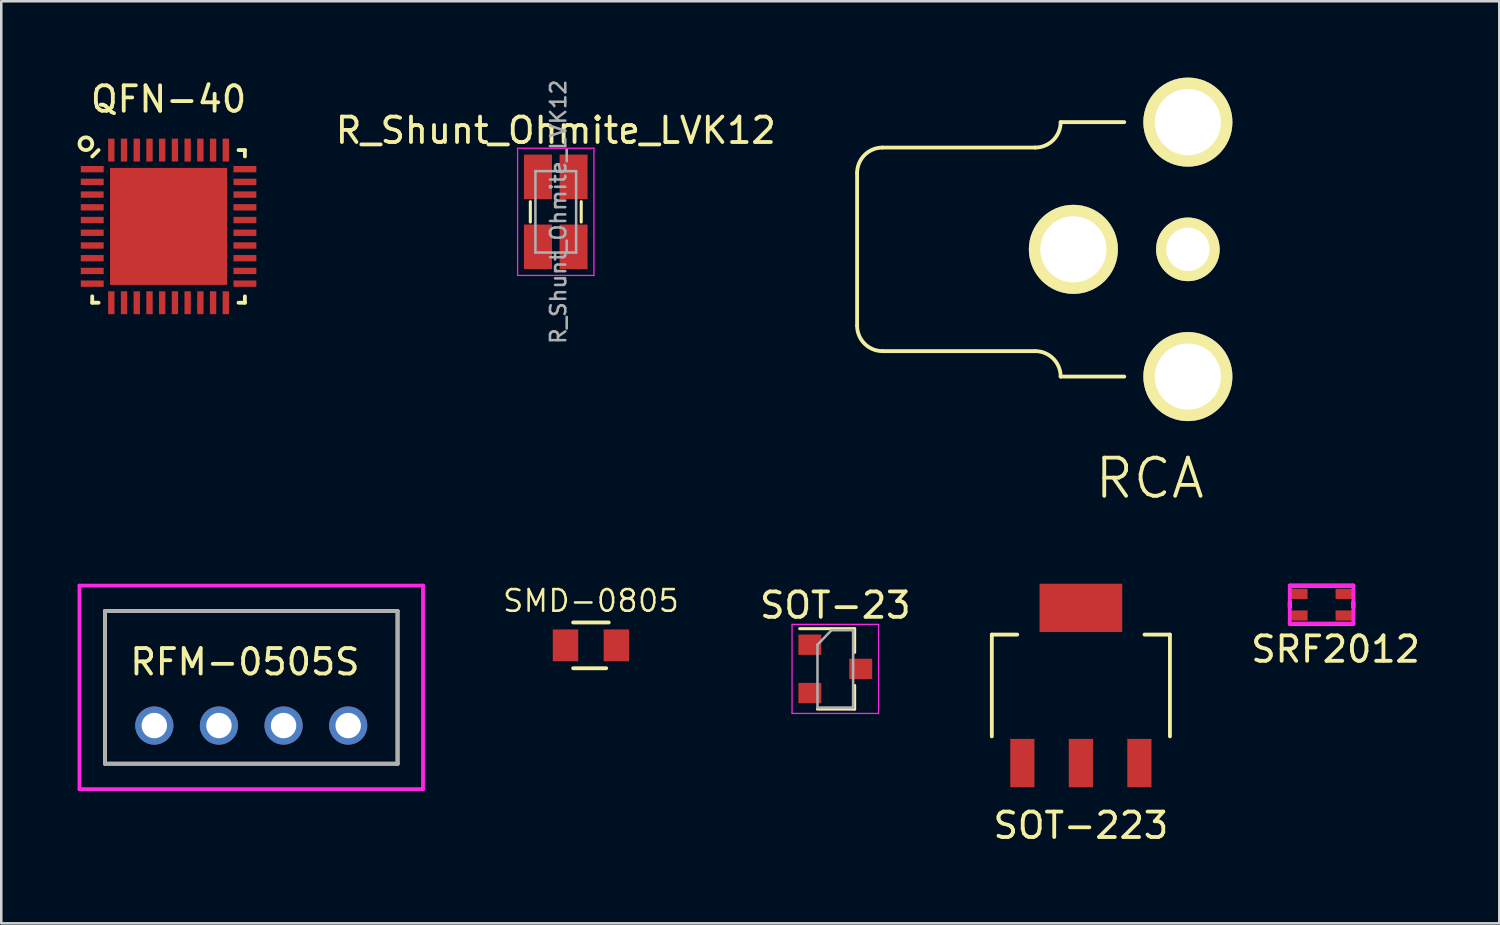
<source format=kicad_pcb>
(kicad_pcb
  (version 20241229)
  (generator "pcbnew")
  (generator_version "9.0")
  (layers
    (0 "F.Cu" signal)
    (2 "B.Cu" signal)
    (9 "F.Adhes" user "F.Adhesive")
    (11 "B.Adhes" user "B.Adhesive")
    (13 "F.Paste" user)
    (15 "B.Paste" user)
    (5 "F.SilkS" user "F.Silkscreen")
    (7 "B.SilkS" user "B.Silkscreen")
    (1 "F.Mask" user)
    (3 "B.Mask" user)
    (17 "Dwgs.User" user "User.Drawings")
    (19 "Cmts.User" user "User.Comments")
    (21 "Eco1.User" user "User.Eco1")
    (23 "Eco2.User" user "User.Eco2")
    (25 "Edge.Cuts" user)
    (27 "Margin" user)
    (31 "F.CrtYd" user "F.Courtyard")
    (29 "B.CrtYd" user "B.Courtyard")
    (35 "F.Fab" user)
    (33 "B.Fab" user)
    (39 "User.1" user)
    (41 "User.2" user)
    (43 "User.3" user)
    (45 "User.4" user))
  (footprint "RCA"
    (layer "F.Cu")
    (at 39.136 6.75)
    (property "Reference" "RCA" (at 3 9 0) (layer "F.SilkS") (effects (font (size 1.5 1.5) (thickness 0.15))))
    (attr through_hole)
    (fp_line (start -8.5 3) (end -8.5 -3) (stroke (width 0.15) (type solid)) (layer "F.SilkS"))
    (fp_line (start -1.5 -4) (end -7.5 -4) (stroke (width 0.15) (type solid)) (layer "F.SilkS"))
    (fp_line (start -1.5 4) (end -7.5 4) (stroke (width 0.15) (type solid)) (layer "F.SilkS"))
    (fp_line (start 2 -5) (end -0.5 -5) (stroke (width 0.15) (type solid)) (layer "F.SilkS"))
    (fp_line (start 2 5) (end -0.5 5) (stroke (width 0.15) (type solid)) (layer "F.SilkS"))
    (fp_arc (start -8.5 -3) (mid -8.207107 -3.707107) (end -7.5 -4) (stroke (width 0.15) (type solid)) (layer "F.SilkS"))
    (fp_arc (start -7.5 4) (mid -8.207107 3.707107) (end -8.5 3) (stroke (width 0.15) (type solid)) (layer "F.SilkS"))
    (fp_arc (start -1.5 4) (mid -0.792893 4.292893) (end -0.5 5) (stroke (width 0.15) (type solid)) (layer "F.SilkS"))
    (fp_arc (start -0.5 -5) (mid -0.792893 -4.292893) (end -1.5 -4) (stroke (width 0.15) (type solid)) (layer "F.SilkS"))
    (pad "1" thru_hole circle (at 4.5 0) (size 2.5 2.5) (drill 1.7) (layers "*.Cu" "*.Mask" "F.SilkS"))
    (pad "2" thru_hole circle (at 0 0) (size 3.5 3.5) (drill 2.6) (layers "*.Cu" "*.Mask" "F.SilkS"))
    (pad "2" thru_hole circle (at 4.5 -5) (size 3.5 3.5) (drill 2.6) (layers "*.Cu" "*.Mask" "F.SilkS"))
    (pad "2" thru_hole circle (at 4.5 5) (size 3.5 3.5) (drill 2.6) (layers "*.Cu" "*.Mask" "F.SilkS")))
  (footprint "R_Shunt_Ohmite_LVK12"
    (layer "F.Cu")
    (at 18.793 5.276)
    (property "Reference" "R_Shunt_Ohmite_LVK12" (at 0 -3.2 180) (layer "F.SilkS") (effects (font (size 1 1) (thickness 0.15))))
    (attr smd)
    (fp_line (start -1 0.4) (end -1 -0.4) (stroke (width 0.12) (type solid)) (layer "F.SilkS"))
    (fp_line (start 1 -0.4) (end 1 0.4) (stroke (width 0.12) (type solid)) (layer "F.SilkS"))
    (fp_line (start -1.5 -2.5) (end 1.5 -2.5) (stroke (width 0.05) (type solid)) (layer "F.CrtYd"))
    (fp_line (start -1.5 2.5) (end -1.5 -2.5) (stroke (width 0.05) (type solid)) (layer "F.CrtYd"))
    (fp_line (start 1.5 -2.5) (end 1.5 2.5) (stroke (width 0.05) (type solid)) (layer "F.CrtYd"))
    (fp_line (start 1.5 2.5) (end -1.5 2.5) (stroke (width 0.05) (type solid)) (layer "F.CrtYd"))
    (fp_line (start -0.8 -1.6) (end -0.8 1.6) (stroke (width 0.1) (type solid)) (layer "F.Fab"))
    (fp_line (start -0.8 1.6) (end 0.8 1.6) (stroke (width 0.1) (type solid)) (layer "F.Fab"))
    (fp_line (start 0.8 -1.6) (end -0.8 -1.6) (stroke (width 0.1) (type solid)) (layer "F.Fab"))
    (fp_line (start 0.8 1.6) (end 0.8 -1.6) (stroke (width 0.1) (type solid)) (layer "F.Fab"))
    (fp_text user "${REFERENCE}" (at 0.1 0 90) (layer "F.Fab") (effects (font (size 0.6 0.6) (thickness 0.1))))
    (pad "1" smd rect (at -0.7 -1.375) (size 1.1 1.75) (layers "F.Cu" "F.Mask" "F.Paste"))
    (pad "2" smd rect (at 0.7 -1.375) (size 1.1 1.75) (layers "F.Cu" "F.Mask" "F.Paste"))
    (pad "3" smd rect (at 0.7 1.375) (size 1.1 1.75) (layers "F.Cu" "F.Mask" "F.Paste"))
    (pad "4" smd rect (at -0.7 1.375) (size 1.1 1.75) (layers "F.Cu" "F.Mask" "F.Paste")))
  (footprint "RFM-0505S"
    (layer "F.Cu")
    (at 6.825 23.966)
    (property "Reference" "RFM-0505S" (at -0.25 -1 0) (layer "F.SilkS") (effects (font (size 1 1) (thickness 0.15))))
    (attr through_hole)
    (fp_line (start -5.75 -3) (end 5.75 -3) (stroke (width 0.15) (type solid)) (layer "F.SilkS"))
    (fp_line (start -5.75 3) (end -5.75 -3) (stroke (width 0.15) (type solid)) (layer "F.SilkS"))
    (fp_line (start 5.75 -3) (end 5.75 3) (stroke (width 0.15) (type solid)) (layer "F.SilkS"))
    (fp_line (start 5.75 3) (end -5.75 3) (stroke (width 0.15) (type solid)) (layer "F.SilkS"))
    (fp_line (start -6.75 -4) (end 6.75 -4) (stroke (width 0.15) (type solid)) (layer "F.CrtYd"))
    (fp_line (start -6.75 4) (end -6.75 -4) (stroke (width 0.15) (type solid)) (layer "F.CrtYd"))
    (fp_line (start 6.75 -4) (end 6.75 4) (stroke (width 0.15) (type solid)) (layer "F.CrtYd"))
    (fp_line (start 6.75 4) (end -6.75 4) (stroke (width 0.15) (type solid)) (layer "F.CrtYd"))
    (fp_line (start -5.75 -3) (end -5.75 3) (stroke (width 0.15) (type solid)) (layer "F.Fab"))
    (fp_line (start -5.75 3) (end 5.75 3) (stroke (width 0.15) (type solid)) (layer "F.Fab"))
    (fp_line (start 5.75 -3) (end -5.75 -3) (stroke (width 0.15) (type solid)) (layer "F.Fab"))
    (fp_line (start 5.75 3) (end 5.75 -3) (stroke (width 0.15) (type solid)) (layer "F.Fab"))
    (pad "1" thru_hole circle (at -3.81 1.5 90) (size 1.5 1.5) (drill 1) (layers "*.Cu" "*.Mask"))
    (pad "2" thru_hole circle (at -1.27 1.5 90) (size 1.5 1.5) (drill 1) (layers "*.Cu" "*.Mask"))
    (pad "3" thru_hole circle (at 1.27 1.5 90) (size 1.5 1.5) (drill 1) (layers "*.Cu" "*.Mask"))
    (pad "4" thru_hole circle (at 3.81 1.5 90) (size 1.5 1.5) (drill 1) (layers "*.Cu" "*.Mask")))
  (footprint "SOT-223"
    (layer "F.Cu")
    (at 39.431 23.891)
    (property "Reference" "SOT-223" (at 0 5.5 0) (layer "F.SilkS") (effects (font (size 1 1) (thickness 0.15))))
    (attr through_hole)
    (fp_line (start -3.5 -2) (end -3.5 2) (stroke (width 0.15) (type solid)) (layer "F.SilkS"))
    (fp_line (start -3.5 -2) (end -2.5 -2) (stroke (width 0.15) (type solid)) (layer "F.SilkS"))
    (fp_line (start 3.5 -2) (end 2.5 -2) (stroke (width 0.15) (type solid)) (layer "F.SilkS"))
    (fp_line (start 3.5 -2) (end 3.5 2) (stroke (width 0.15) (type solid)) (layer "F.SilkS"))
    (pad "1" smd rect (at -2.3 3.05) (size 0.95 1.9) (layers "F.Cu" "F.Mask" "F.Paste"))
    (pad "2" smd rect (at 0 3.05) (size 0.95 1.9) (layers "F.Cu" "F.Mask" "F.Paste"))
    (pad "3" smd rect (at 2.3 3.05) (size 0.95 1.9) (layers "F.Cu" "F.Mask" "F.Paste"))
    (pad "4" smd rect (at 0 -3.05) (size 3.25 1.9) (layers "F.Cu" "F.Mask" "F.Paste")))
  (footprint "SOT-23"
    (layer "F.Cu")
    (at 29.779 23.239)
    (property "Reference" "SOT-23" (at 0 -2.5 0) (layer "F.SilkS") (effects (font (size 1 1) (thickness 0.15))))
    (attr smd)
    (fp_line (start 0.76 -1.58) (end -1.4 -1.58) (stroke (width 0.12) (type solid)) (layer "F.SilkS"))
    (fp_line (start 0.76 -1.58) (end 0.76 -0.65) (stroke (width 0.12) (type solid)) (layer "F.SilkS"))
    (fp_line (start 0.76 1.58) (end -0.7 1.58) (stroke (width 0.12) (type solid)) (layer "F.SilkS"))
    (fp_line (start 0.76 1.58) (end 0.76 0.65) (stroke (width 0.12) (type solid)) (layer "F.SilkS"))
    (fp_line (start -1.7 -1.75) (end 1.7 -1.75) (stroke (width 0.05) (type solid)) (layer "F.CrtYd"))
    (fp_line (start -1.7 1.75) (end -1.7 -1.75) (stroke (width 0.05) (type solid)) (layer "F.CrtYd"))
    (fp_line (start 1.7 -1.75) (end 1.7 1.75) (stroke (width 0.05) (type solid)) (layer "F.CrtYd"))
    (fp_line (start 1.7 1.75) (end -1.7 1.75) (stroke (width 0.05) (type solid)) (layer "F.CrtYd"))
    (fp_line (start -0.7 -0.95) (end -0.7 1.5) (stroke (width 0.1) (type solid)) (layer "F.Fab"))
    (fp_line (start -0.7 -0.95) (end -0.15 -1.52) (stroke (width 0.1) (type solid)) (layer "F.Fab"))
    (fp_line (start -0.7 1.52) (end 0.7 1.52) (stroke (width 0.1) (type solid)) (layer "F.Fab"))
    (fp_line (start -0.15 -1.52) (end 0.7 -1.52) (stroke (width 0.1) (type solid)) (layer "F.Fab"))
    (fp_line (start 0.7 -1.52) (end 0.7 1.52) (stroke (width 0.1) (type solid)) (layer "F.Fab"))
    (pad "1" smd rect (at -1 -0.95) (size 0.9 0.8) (layers "F.Cu" "F.Mask" "F.Paste"))
    (pad "2" smd rect (at -1 0.95) (size 0.9 0.8) (layers "F.Cu" "F.Mask" "F.Paste"))
    (pad "3" smd rect (at 1 0) (size 0.9 0.8) (layers "F.Cu" "F.Mask" "F.Paste")))
  (footprint "SMD-0805"
    (layer "F.Cu")
    (at 20.176 22.314)
    (property "Reference" "SMD-0805" (at 0 -1.75 0) (layer "F.SilkS") (effects (font (size 0.85 0.85) (thickness 0.1))))
    (attr through_hole)
    (fp_line (start -0.7 -0.9) (end 0.7 -0.9) (stroke (width 0.15) (type solid)) (layer "F.SilkS"))
    (fp_line (start -0.7 0.9) (end 0.6 0.9) (stroke (width 0.15) (type solid)) (layer "F.SilkS"))
    (pad "1" smd rect (at -1 0) (size 1 1.25) (layers "F.Cu" "F.Mask" "F.Paste"))
    (pad "2" smd rect (at 1 0) (size 1 1.25) (layers "F.Cu" "F.Mask" "F.Paste")))
  (footprint "SRF2012"
    (layer "F.Cu")
    (at 48.891 20.716)
    (property "Reference" "SRF2012" (at 0.55 1.75 0) (layer "F.SilkS") (effects (font (size 1 1) (thickness 0.15))))
    (attr through_hole)
    (fp_line (start -1.25 -0.75) (end 1.25 -0.75) (stroke (width 0.15) (type solid)) (layer "F.SilkS"))
    (fp_line (start -1.25 -0.1) (end -1.25 0.1) (stroke (width 0.15) (type solid)) (layer "F.SilkS"))
    (fp_line (start 1.25 -0.1) (end 1.25 0.1) (stroke (width 0.15) (type solid)) (layer "F.SilkS"))
    (fp_line (start 1.25 0.75) (end -1.25 0.75) (stroke (width 0.15) (type solid)) (layer "F.SilkS"))
    (fp_line (start -1.25 -0.75) (end -1.25 0.75) (stroke (width 0.15) (type solid)) (layer "F.CrtYd"))
    (fp_line (start -1.25 0.75) (end 1.25 0.75) (stroke (width 0.15) (type solid)) (layer "F.CrtYd"))
    (fp_line (start 1.25 -0.75) (end -1.25 -0.75) (stroke (width 0.15) (type solid)) (layer "F.CrtYd"))
    (fp_line (start 1.25 0.75) (end 1.25 -0.75) (stroke (width 0.15) (type solid)) (layer "F.CrtYd"))
    (pad "1" smd rect (at -0.925 -0.425) (size 0.75 0.4) (layers "F.Cu" "F.Mask" "F.Paste"))
    (pad "2" smd rect (at 0.925 -0.425) (size 0.75 0.4) (layers "F.Cu" "F.Mask" "F.Paste"))
    (pad "3" smd rect (at -0.925 0.425) (size 0.75 0.4) (layers "F.Cu" "F.Mask" "F.Paste"))
    (pad "4" smd rect (at 0.925 0.425) (size 0.75 0.4) (layers "F.Cu" "F.Mask" "F.Paste")))
  (footprint "QFN-40"
    (layer "F.Cu")
    (at 3.575 5.848)
    (property "Reference" "QFN-40" (at 0 -5 0) (layer "F.SilkS") (effects (font (size 1 1) (thickness 0.15))))
    (attr through_hole)
    (fp_line (start -3 2.75) (end -3 3) (stroke (width 0.15) (type solid)) (layer "F.SilkS"))
    (fp_line (start -3 3) (end -2.75 3) (stroke (width 0.15) (type solid)) (layer "F.SilkS"))
    (fp_line (start -2.75 -3) (end -3 -2.75) (stroke (width 0.15) (type solid)) (layer "F.SilkS"))
    (fp_line (start 2.75 -3) (end 3 -3) (stroke (width 0.15) (type solid)) (layer "F.SilkS"))
    (fp_line (start 2.75 3) (end 3 3) (stroke (width 0.15) (type solid)) (layer "F.SilkS"))
    (fp_line (start 3 -3) (end 3 -2.75) (stroke (width 0.15) (type solid)) (layer "F.SilkS"))
    (fp_line (start 3 3) (end 3 2.75) (stroke (width 0.15) (type solid)) (layer "F.SilkS"))
    (fp_circle (center -3.25 -3.25) (end -3.25 -3) (stroke (width 0.15) (type solid)) (fill no) (layer "F.SilkS"))
    (pad "" smd rect (at -1 -1 90) (size 1.5 1.5) (layers "F.Paste"))
    (pad "" smd rect (at -1 1 90) (size 1.5 1.5) (layers "F.Paste"))
    (pad "" smd rect (at 1 -1 90) (size 1.5 1.5) (layers "F.Paste"))
    (pad "" smd rect (at 1 1 90) (size 1.5 1.5) (layers "F.Paste"))
    (pad "1" smd rect (at -3 -2.25) (size 0.9 0.25) (layers "F.Cu" "F.Mask" "F.Paste"))
    (pad "2" smd rect (at -3 -1.75) (size 0.9 0.25) (layers "F.Cu" "F.Mask" "F.Paste"))
    (pad "3" smd rect (at -3 -1.25) (size 0.9 0.25) (layers "F.Cu" "F.Mask" "F.Paste"))
    (pad "4" smd rect (at -3 -0.75) (size 0.9 0.25) (layers "F.Cu" "F.Mask" "F.Paste"))
    (pad "5" smd rect (at -3 -0.25) (size 0.9 0.25) (layers "F.Cu" "F.Mask" "F.Paste"))
    (pad "6" smd rect (at -3 0.25) (size 0.9 0.25) (layers "F.Cu" "F.Mask" "F.Paste"))
    (pad "7" smd rect (at -3 0.75) (size 0.9 0.25) (layers "F.Cu" "F.Mask" "F.Paste"))
    (pad "8" smd rect (at -3 1.25) (size 0.9 0.25) (layers "F.Cu" "F.Mask" "F.Paste"))
    (pad "9" smd rect (at -3 1.75) (size 0.9 0.25) (layers "F.Cu" "F.Mask" "F.Paste"))
    (pad "10" smd rect (at -3 2.25) (size 0.9 0.25) (layers "F.Cu" "F.Mask" "F.Paste"))
    (pad "11" smd rect (at -2.25 3 270) (size 0.9 0.25) (layers "F.Cu" "F.Mask" "F.Paste"))
    (pad "12" smd rect (at -1.75 3 270) (size 0.9 0.25) (layers "F.Cu" "F.Mask" "F.Paste"))
    (pad "13" smd rect (at -1.25 3 270) (size 0.9 0.25) (layers "F.Cu" "F.Mask" "F.Paste"))
    (pad "14" smd rect (at -0.75 3 270) (size 0.9 0.25) (layers "F.Cu" "F.Mask" "F.Paste"))
    (pad "15" smd rect (at -0.25 3 270) (size 0.9 0.25) (layers "F.Cu" "F.Mask" "F.Paste"))
    (pad "16" smd rect (at 0.25 3 270) (size 0.9 0.25) (layers "F.Cu" "F.Mask" "F.Paste"))
    (pad "17" smd rect (at 0.75 3 270) (size 0.9 0.25) (layers "F.Cu" "F.Mask" "F.Paste"))
    (pad "18" smd rect (at 1.25 3 270) (size 0.9 0.25) (layers "F.Cu" "F.Mask" "F.Paste"))
    (pad "19" smd rect (at 1.75 3 270) (size 0.9 0.25) (layers "F.Cu" "F.Mask" "F.Paste"))
    (pad "20" smd rect (at 2.25 3 270) (size 0.9 0.25) (layers "F.Cu" "F.Mask" "F.Paste"))
    (pad "21" smd rect (at 3 2.25 180) (size 0.9 0.25) (layers "F.Cu" "F.Mask" "F.Paste"))
    (pad "22" smd rect (at 3 1.75 180) (size 0.9 0.25) (layers "F.Cu" "F.Mask" "F.Paste"))
    (pad "23" smd rect (at 3 1.25 180) (size 0.9 0.25) (layers "F.Cu" "F.Mask" "F.Paste"))
    (pad "24" smd rect (at 3 0.75 180) (size 0.9 0.25) (layers "F.Cu" "F.Mask" "F.Paste"))
    (pad "25" smd rect (at 3 0.25 180) (size 0.9 0.25) (layers "F.Cu" "F.Mask" "F.Paste"))
    (pad "26" smd rect (at 3 -0.25 180) (size 0.9 0.25) (layers "F.Cu" "F.Mask" "F.Paste"))
    (pad "27" smd rect (at 3 -0.75 180) (size 0.9 0.25) (layers "F.Cu" "F.Mask" "F.Paste"))
    (pad "28" smd rect (at 3 -1.25 180) (size 0.9 0.25) (layers "F.Cu" "F.Mask" "F.Paste"))
    (pad "29" smd rect (at 3 -1.75 180) (size 0.9 0.25) (layers "F.Cu" "F.Mask" "F.Paste"))
    (pad "30" smd rect (at 3 -2.25 180) (size 0.9 0.25) (layers "F.Cu" "F.Mask" "F.Paste"))
    (pad "31" smd rect (at 2.25 -3 90) (size 0.9 0.25) (layers "F.Cu" "F.Mask" "F.Paste"))
    (pad "32" smd rect (at 1.75 -3 90) (size 0.9 0.25) (layers "F.Cu" "F.Mask" "F.Paste"))
    (pad "33" smd rect (at 1.25 -3 90) (size 0.9 0.25) (layers "F.Cu" "F.Mask" "F.Paste"))
    (pad "34" smd rect (at 0.75 -3 90) (size 0.9 0.25) (layers "F.Cu" "F.Mask" "F.Paste"))
    (pad "35" smd rect (at 0.25 -3 90) (size 0.9 0.25) (layers "F.Cu" "F.Mask" "F.Paste"))
    (pad "36" smd rect (at -0.25 -3 90) (size 0.9 0.25) (layers "F.Cu" "F.Mask" "F.Paste"))
    (pad "37" smd rect (at -0.75 -3 90) (size 0.9 0.25) (layers "F.Cu" "F.Mask" "F.Paste"))
    (pad "38" smd rect (at -1.25 -3 90) (size 0.9 0.25) (layers "F.Cu" "F.Mask" "F.Paste"))
    (pad "39" smd rect (at -1.75 -3 90) (size 0.9 0.25) (layers "F.Cu" "F.Mask" "F.Paste"))
    (pad "40" smd rect (at -2.25 -3 90) (size 0.9 0.25) (layers "F.Cu" "F.Mask" "F.Paste"))
    (pad "41" smd rect (at 0 0) (size 4.6 4.6) (layers "F.Cu" "F.Mask")))
  (gr_rect
    (start -3 -3)
    (end 55.875 33.239)
    (stroke (width 0.1) (type default))
    (fill no)
    (layer "Edge.Cuts")))
</source>
